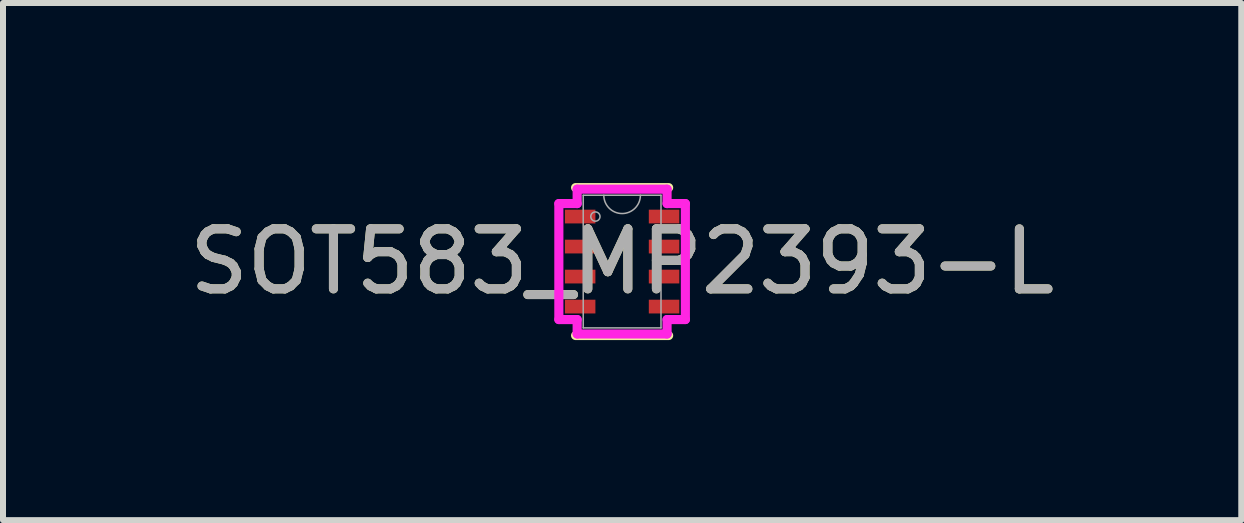
<source format=kicad_pcb>
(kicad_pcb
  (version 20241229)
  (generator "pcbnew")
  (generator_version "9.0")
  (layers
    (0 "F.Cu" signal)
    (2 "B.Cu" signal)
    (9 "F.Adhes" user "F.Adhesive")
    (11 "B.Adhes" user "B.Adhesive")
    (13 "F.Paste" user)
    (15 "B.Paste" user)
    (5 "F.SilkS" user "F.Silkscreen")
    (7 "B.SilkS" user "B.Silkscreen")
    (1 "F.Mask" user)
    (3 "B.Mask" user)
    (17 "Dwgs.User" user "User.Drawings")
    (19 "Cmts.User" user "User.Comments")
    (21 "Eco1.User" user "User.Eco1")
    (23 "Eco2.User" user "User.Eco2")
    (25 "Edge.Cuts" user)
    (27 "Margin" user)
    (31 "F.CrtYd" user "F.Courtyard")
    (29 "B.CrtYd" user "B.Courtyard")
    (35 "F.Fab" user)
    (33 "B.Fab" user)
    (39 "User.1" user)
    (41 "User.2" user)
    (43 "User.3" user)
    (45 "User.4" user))
  (footprint "SOT583_MP2393-L"
    (layer "F.Cu")
    (at 7.315 1.308)
    (property "Reference" "SOT583_MP2393-L" (at 0 0 0) (unlocked yes) (layer "F.SilkS") (effects (font (size 1 1) (thickness 0.15))))
    (attr smd)
    (fp_line (start -0.775 1.232) (end 0.775 1.232) (stroke (width 0.152) (type solid)) (layer "F.SilkS"))
    (fp_line (start 0.775 -1.232) (end -0.775 -1.232) (stroke (width 0.152) (type solid)) (layer "F.SilkS"))
    (fp_line (start -1.054 -0.966) (end -0.749 -0.966) (stroke (width 0.152) (type solid)) (layer "F.CrtYd"))
    (fp_line (start -1.054 0.966) (end -1.054 -0.966) (stroke (width 0.152) (type solid)) (layer "F.CrtYd"))
    (fp_line (start -0.749 -1.206) (end 0.749 -1.206) (stroke (width 0.152) (type solid)) (layer "F.CrtYd"))
    (fp_line (start -0.749 -0.966) (end -0.749 -1.206) (stroke (width 0.152) (type solid)) (layer "F.CrtYd"))
    (fp_line (start -0.749 0.966) (end -1.054 0.966) (stroke (width 0.152) (type solid)) (layer "F.CrtYd"))
    (fp_line (start -0.749 1.206) (end -0.749 0.966) (stroke (width 0.152) (type solid)) (layer "F.CrtYd"))
    (fp_line (start 0.749 -1.206) (end 0.749 -0.966) (stroke (width 0.152) (type solid)) (layer "F.CrtYd"))
    (fp_line (start 0.749 -0.966) (end 1.054 -0.966) (stroke (width 0.152) (type solid)) (layer "F.CrtYd"))
    (fp_line (start 0.749 0.966) (end 0.749 1.206) (stroke (width 0.152) (type solid)) (layer "F.CrtYd"))
    (fp_line (start 0.749 1.206) (end -0.749 1.206) (stroke (width 0.152) (type solid)) (layer "F.CrtYd"))
    (fp_line (start 1.054 -0.966) (end 1.054 0.966) (stroke (width 0.152) (type solid)) (layer "F.CrtYd"))
    (fp_line (start 1.054 0.966) (end 0.749 0.966) (stroke (width 0.152) (type solid)) (layer "F.CrtYd"))
    (fp_line (start -0.648 -1.105) (end -0.648 1.105) (stroke (width 0.025) (type solid)) (layer "F.Fab"))
    (fp_line (start -0.648 1.105) (end 0.648 1.105) (stroke (width 0.025) (type solid)) (layer "F.Fab"))
    (fp_line (start 0.648 -1.105) (end -0.648 -1.105) (stroke (width 0.025) (type solid)) (layer "F.Fab"))
    (fp_line (start 0.648 1.105) (end 0.648 -1.105) (stroke (width 0.025) (type solid)) (layer "F.Fab"))
    (fp_arc (start 0.3048 -1.1049) (mid 0 -0.8001) (end -0.3048 -1.1049) (stroke (width 0.0254) (type solid)) (layer "F.Fab"))
    (fp_circle (center -0.445 -0.75) (end -0.368 -0.75) (stroke (width 0.025) (type solid)) (fill no) (layer "F.Fab"))
    (fp_text user "${REFERENCE}" (at 0 0 0) (unlocked yes) (layer "F.Fab") (effects (font (size 1 1) (thickness 0.15))))
    (pad "1" smd rect (at -0.699 -0.75) (size 0.508 0.229) (layers "F.Cu" "F.Mask" "F.Paste"))
    (pad "2" smd rect (at -0.699 -0.25) (size 0.508 0.229) (layers "F.Cu" "F.Mask" "F.Paste"))
    (pad "3" smd rect (at -0.699 0.25) (size 0.508 0.229) (layers "F.Cu" "F.Mask" "F.Paste"))
    (pad "4" smd rect (at -0.699 0.75) (size 0.508 0.229) (layers "F.Cu" "F.Mask" "F.Paste"))
    (pad "5" smd rect (at 0.699 0.75) (size 0.508 0.229) (layers "F.Cu" "F.Mask" "F.Paste"))
    (pad "6" smd rect (at 0.699 0.25) (size 0.508 0.229) (layers "F.Cu" "F.Mask" "F.Paste"))
    (pad "7" smd rect (at 0.699 -0.25) (size 0.508 0.229) (layers "F.Cu" "F.Mask" "F.Paste"))
    (pad "8" smd rect (at 0.699 -0.75) (size 0.508 0.229) (layers "F.Cu" "F.Mask" "F.Paste")))
  (gr_rect
    (start -3 -3)
    (end 17.631 5.616)
    (stroke (width 0.1) (type default))
    (fill no)
    (layer "Edge.Cuts")))
</source>
